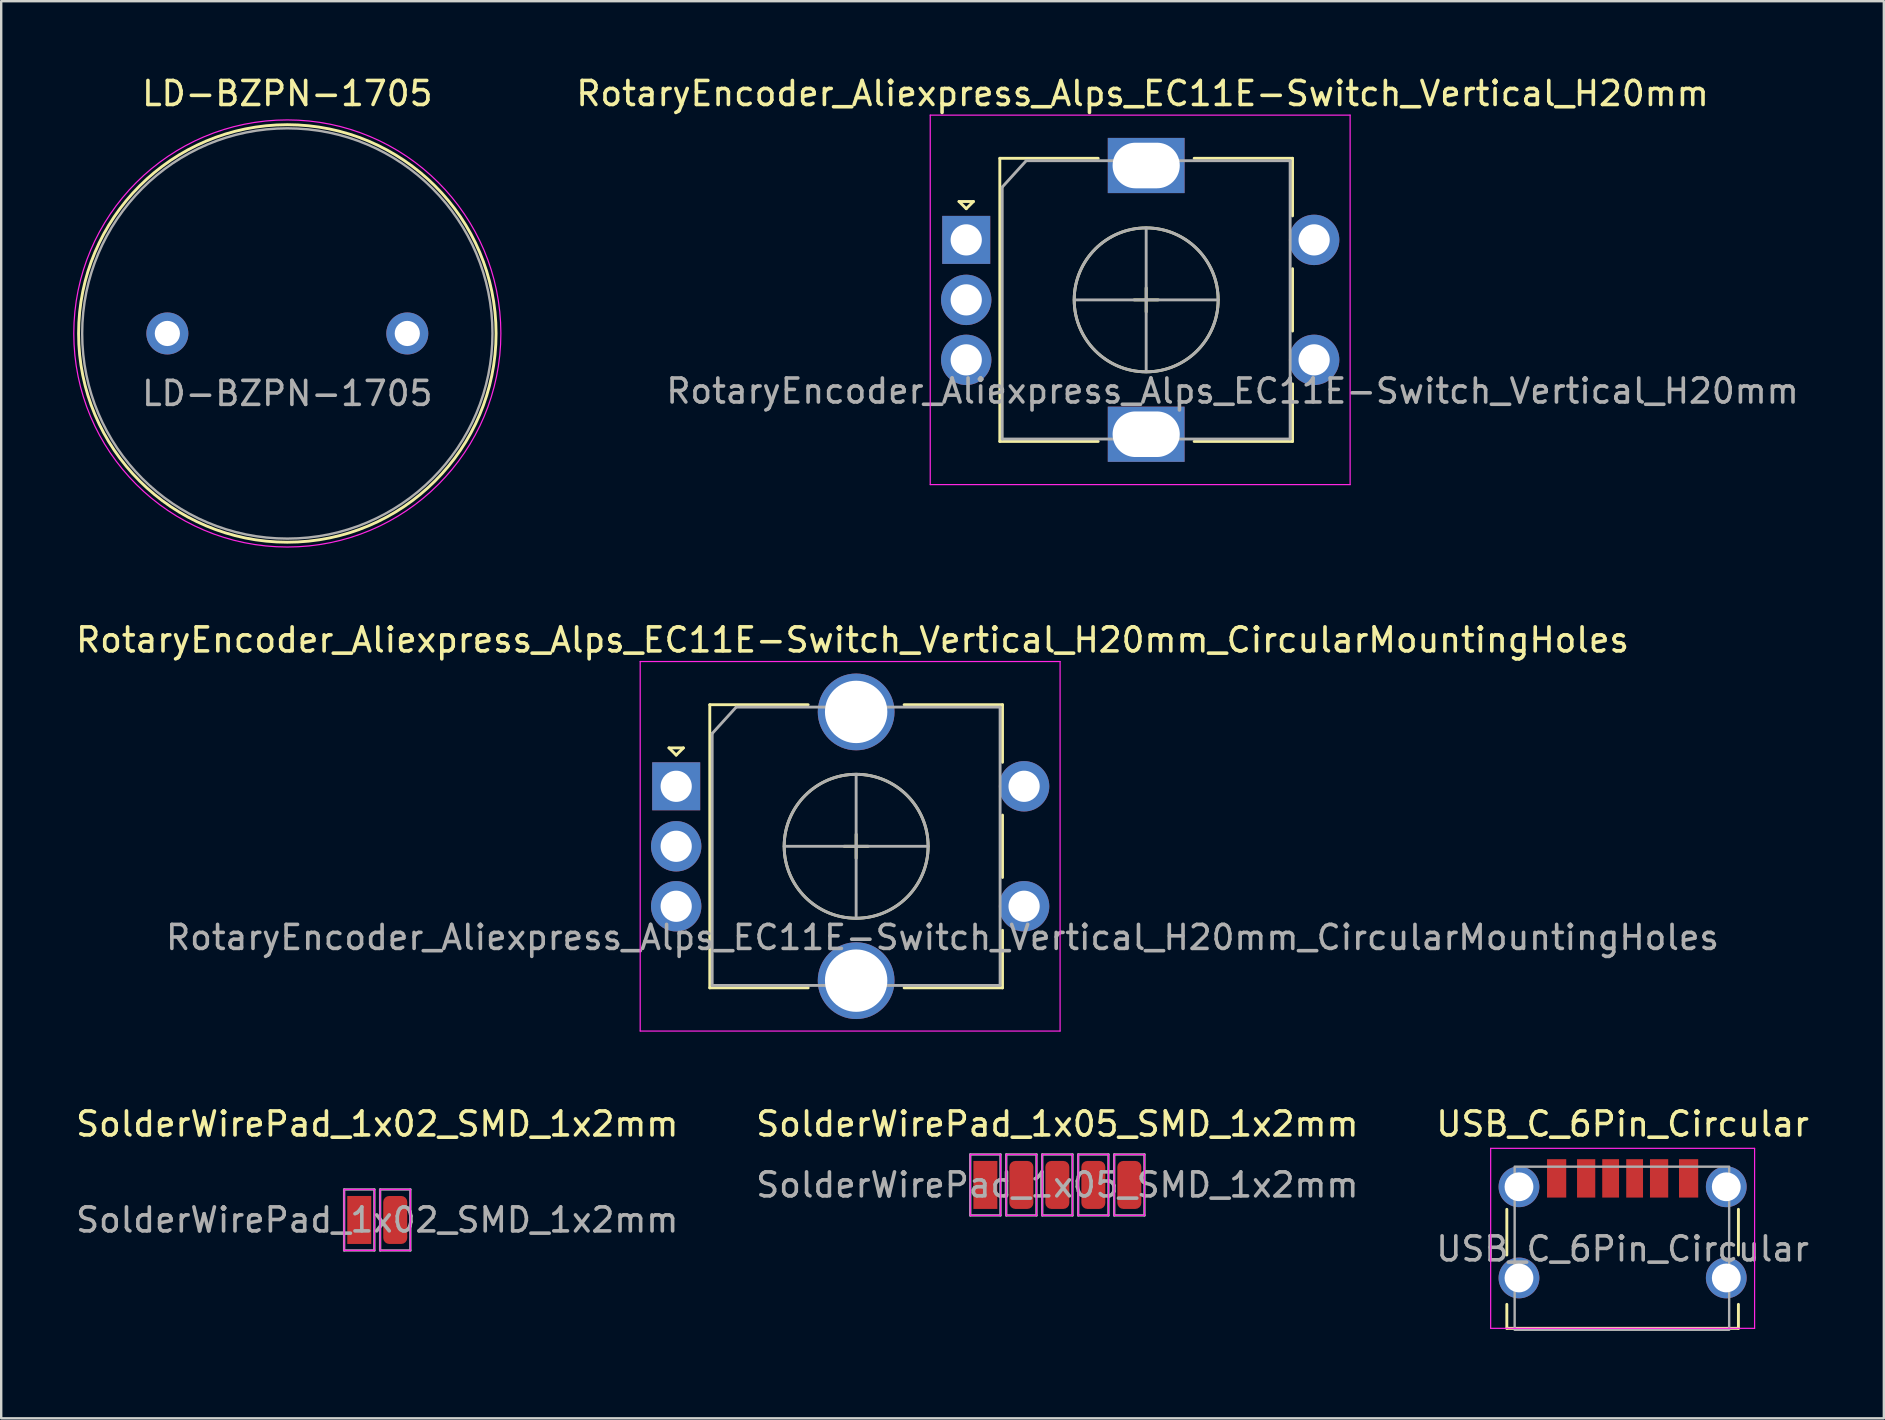
<source format=kicad_pcb>
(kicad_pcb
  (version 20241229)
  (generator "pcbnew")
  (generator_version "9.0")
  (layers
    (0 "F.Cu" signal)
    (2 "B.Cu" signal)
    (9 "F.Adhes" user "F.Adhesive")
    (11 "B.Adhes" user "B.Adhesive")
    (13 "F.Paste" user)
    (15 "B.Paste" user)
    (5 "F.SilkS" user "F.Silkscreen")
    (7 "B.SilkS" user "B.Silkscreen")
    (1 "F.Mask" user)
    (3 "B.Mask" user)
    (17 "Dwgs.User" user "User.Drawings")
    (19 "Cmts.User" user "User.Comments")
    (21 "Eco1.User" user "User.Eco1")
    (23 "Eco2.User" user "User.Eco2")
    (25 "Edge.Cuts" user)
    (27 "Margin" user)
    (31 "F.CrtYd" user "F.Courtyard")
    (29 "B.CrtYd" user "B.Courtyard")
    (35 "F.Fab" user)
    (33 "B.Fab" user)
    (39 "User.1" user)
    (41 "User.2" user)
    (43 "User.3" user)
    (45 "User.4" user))
  (footprint "LD-BZPN-1705"
    (layer "F.Cu")
    (at 8.925 10.848)
    (property "Reference" "LD-BZPN-1705" (at 0 -10 0) (unlocked yes) (layer "F.SilkS") (effects (font (size 1 1) (thickness 0.15))))
    (attr through_hole)
    (fp_circle (center 0 0) (end 8.7 0) (stroke (width 0.12) (type solid)) (fill no) (layer "F.SilkS"))
    (fp_circle (center 0 0) (end 8.9 0) (stroke (width 0.05) (type solid)) (fill no) (layer "F.CrtYd"))
    (fp_circle (center 0 0) (end 8.55 0) (stroke (width 0.1) (type solid)) (fill no) (layer "F.Fab"))
    (fp_text user "${REFERENCE}" (at 0 2.5 0) (unlocked yes) (layer "F.Fab") (effects (font (size 1 1) (thickness 0.15))))
    (pad "1" thru_hole circle (at -5 0) (size 1.75 1.75) (drill 1.05) (layers "*.Cu" "*.Mask"))
    (pad "2" thru_hole circle (at 5 0) (size 1.75 1.75) (drill 1.05) (layers "*.Cu" "*.Mask")))
  (footprint "SolderWirePad_1x05_SMD_1x2mm"
    (layer "F.Cu")
    (at 41.018 46.335)
    (property "Reference" "SolderWirePad_1x05_SMD_1x2mm" (at 0 -2.54 0) (layer "F.SilkS") (effects (font (size 1 1) (thickness 0.15))))
    (attr exclude_from_pos_files exclude_from_bom)
    (fp_line (start -3.63 -1.27) (end -3.63 1.27) (stroke (width 0.05) (type solid)) (layer "F.CrtYd"))
    (fp_line (start -3.63 1.27) (end -2.37 1.27) (stroke (width 0.05) (type solid)) (layer "F.CrtYd"))
    (fp_line (start -2.37 -1.27) (end -3.63 -1.27) (stroke (width 0.05) (type solid)) (layer "F.CrtYd"))
    (fp_line (start -2.37 1.27) (end -2.37 -1.27) (stroke (width 0.05) (type solid)) (layer "F.CrtYd"))
    (fp_line (start -2.13 -1.27) (end -2.13 1.27) (stroke (width 0.05) (type solid)) (layer "F.CrtYd"))
    (fp_line (start -2.13 1.27) (end -0.87 1.27) (stroke (width 0.05) (type solid)) (layer "F.CrtYd"))
    (fp_line (start -0.87 -1.27) (end -2.13 -1.27) (stroke (width 0.05) (type solid)) (layer "F.CrtYd"))
    (fp_line (start -0.87 1.27) (end -0.87 -1.27) (stroke (width 0.05) (type solid)) (layer "F.CrtYd"))
    (fp_line (start -0.63 -1.27) (end -0.63 1.27) (stroke (width 0.05) (type solid)) (layer "F.CrtYd"))
    (fp_line (start -0.63 1.27) (end 0.63 1.27) (stroke (width 0.05) (type solid)) (layer "F.CrtYd"))
    (fp_line (start 0.63 -1.27) (end -0.63 -1.27) (stroke (width 0.05) (type solid)) (layer "F.CrtYd"))
    (fp_line (start 0.63 1.27) (end 0.63 -1.27) (stroke (width 0.05) (type solid)) (layer "F.CrtYd"))
    (fp_line (start 0.87 -1.27) (end 0.87 1.27) (stroke (width 0.05) (type solid)) (layer "F.CrtYd"))
    (fp_line (start 0.87 1.27) (end 2.13 1.27) (stroke (width 0.05) (type solid)) (layer "F.CrtYd"))
    (fp_line (start 2.13 -1.27) (end 0.87 -1.27) (stroke (width 0.05) (type solid)) (layer "F.CrtYd"))
    (fp_line (start 2.13 1.27) (end 2.13 -1.27) (stroke (width 0.05) (type solid)) (layer "F.CrtYd"))
    (fp_line (start 2.37 -1.27) (end 2.37 1.27) (stroke (width 0.05) (type solid)) (layer "F.CrtYd"))
    (fp_line (start 2.37 1.27) (end 3.63 1.27) (stroke (width 0.05) (type solid)) (layer "F.CrtYd"))
    (fp_line (start 3.63 -1.27) (end 2.37 -1.27) (stroke (width 0.05) (type solid)) (layer "F.CrtYd"))
    (fp_line (start 3.63 1.27) (end 3.63 -1.27) (stroke (width 0.05) (type solid)) (layer "F.CrtYd"))
    (fp_line (start -3.63 -1.27) (end -2.37 -1.27) (stroke (width 0.1) (type solid)) (layer "F.Fab"))
    (fp_line (start -3.63 1.27) (end -3.63 -1.27) (stroke (width 0.1) (type solid)) (layer "F.Fab"))
    (fp_line (start -2.37 -1.27) (end -2.37 1.27) (stroke (width 0.1) (type solid)) (layer "F.Fab"))
    (fp_line (start -2.37 1.27) (end -3.63 1.27) (stroke (width 0.1) (type solid)) (layer "F.Fab"))
    (fp_line (start -2.13 -1.27) (end -0.87 -1.27) (stroke (width 0.1) (type solid)) (layer "F.Fab"))
    (fp_line (start -2.13 1.27) (end -2.13 -1.27) (stroke (width 0.1) (type solid)) (layer "F.Fab"))
    (fp_line (start -0.87 -1.27) (end -0.87 1.27) (stroke (width 0.1) (type solid)) (layer "F.Fab"))
    (fp_line (start -0.87 1.27) (end -2.13 1.27) (stroke (width 0.1) (type solid)) (layer "F.Fab"))
    (fp_line (start -0.63 -1.27) (end 0.63 -1.27) (stroke (width 0.1) (type solid)) (layer "F.Fab"))
    (fp_line (start -0.63 1.27) (end -0.63 -1.27) (stroke (width 0.1) (type solid)) (layer "F.Fab"))
    (fp_line (start 0.63 -1.27) (end 0.63 1.27) (stroke (width 0.1) (type solid)) (layer "F.Fab"))
    (fp_line (start 0.63 1.27) (end -0.63 1.27) (stroke (width 0.1) (type solid)) (layer "F.Fab"))
    (fp_line (start 0.87 -1.27) (end 2.13 -1.27) (stroke (width 0.1) (type solid)) (layer "F.Fab"))
    (fp_line (start 0.87 1.27) (end 0.87 -1.27) (stroke (width 0.1) (type solid)) (layer "F.Fab"))
    (fp_line (start 2.13 -1.27) (end 2.13 1.27) (stroke (width 0.1) (type solid)) (layer "F.Fab"))
    (fp_line (start 2.13 1.27) (end 0.87 1.27) (stroke (width 0.1) (type solid)) (layer "F.Fab"))
    (fp_line (start 2.37 -1.27) (end 3.63 -1.27) (stroke (width 0.1) (type solid)) (layer "F.Fab"))
    (fp_line (start 2.37 1.27) (end 2.37 -1.27) (stroke (width 0.1) (type solid)) (layer "F.Fab"))
    (fp_line (start 3.63 -1.27) (end 3.63 1.27) (stroke (width 0.1) (type solid)) (layer "F.Fab"))
    (fp_line (start 3.63 1.27) (end 2.37 1.27) (stroke (width 0.1) (type solid)) (layer "F.Fab"))
    (fp_text user "${REFERENCE}" (at 0 0 0) (layer "F.Fab") (effects (font (size 1 1) (thickness 0.15))))
    (pad "1" smd rect (at -3 0) (size 1 2) (layers "F.Cu" "F.Mask" "F.Paste"))
    (pad "2" smd roundrect (at -1.5 0) (size 1 2) (layers "F.Cu" "F.Mask" "F.Paste") (roundrect_rratio 0.25))
    (pad "3" smd roundrect (at 0 0) (size 1 2) (layers "F.Cu" "F.Mask" "F.Paste") (roundrect_rratio 0.25))
    (pad "4" smd roundrect (at 1.5 0) (size 1 2) (layers "F.Cu" "F.Mask" "F.Paste") (roundrect_rratio 0.25))
    (pad "5" smd roundrect (at 3 0) (size 1 2) (layers "F.Cu" "F.Mask" "F.Paste") (roundrect_rratio 0.25)))
  (footprint "RotaryEncoder_Aliexpress_Alps_EC11E-Switch_Vertical_H20mm"
    (layer "F.Cu")
    (at 37.22 6.948)
    (property "Reference" "RotaryEncoder_Aliexpress_Alps_EC11E-Switch_Vertical_H20mm" (at 7.35 -6.1 0) (layer "F.SilkS") (effects (font (size 1 1) (thickness 0.15))))
    (attr through_hole)
    (fp_line (start -0.3 -1.6) (end 0.3 -1.6) (stroke (width 0.12) (type solid)) (layer "F.SilkS"))
    (fp_line (start 0 -1.3) (end -0.3 -1.6) (stroke (width 0.12) (type solid)) (layer "F.SilkS"))
    (fp_line (start 0.3 -1.6) (end 0 -1.3) (stroke (width 0.12) (type solid)) (layer "F.SilkS"))
    (fp_line (start 1.4 -3.4) (end 1.4 8.4) (stroke (width 0.12) (type solid)) (layer "F.SilkS"))
    (fp_line (start 5.5 -3.4) (end 1.4 -3.4) (stroke (width 0.12) (type solid)) (layer "F.SilkS"))
    (fp_line (start 5.5 8.4) (end 1.4 8.4) (stroke (width 0.12) (type solid)) (layer "F.SilkS"))
    (fp_line (start 7 2.5) (end 8 2.5) (stroke (width 0.12) (type solid)) (layer "F.SilkS"))
    (fp_line (start 7.5 2) (end 7.5 3) (stroke (width 0.12) (type solid)) (layer "F.SilkS"))
    (fp_line (start 9.5 -3.4) (end 13.6 -3.4) (stroke (width 0.12) (type solid)) (layer "F.SilkS"))
    (fp_line (start 13.6 -3.4) (end 13.6 -1) (stroke (width 0.12) (type solid)) (layer "F.SilkS"))
    (fp_line (start 13.6 1.2) (end 13.6 3.8) (stroke (width 0.12) (type solid)) (layer "F.SilkS"))
    (fp_line (start 13.6 6) (end 13.6 8.4) (stroke (width 0.12) (type solid)) (layer "F.SilkS"))
    (fp_line (start 13.6 8.4) (end 9.5 8.4) (stroke (width 0.12) (type solid)) (layer "F.SilkS"))
    (fp_circle (center 7.5 2.5) (end 10.5 2.5) (stroke (width 0.12) (type solid)) (fill no) (layer "F.SilkS"))
    (fp_line (start -1.5 -5.2) (end -1.5 10.2) (stroke (width 0.05) (type solid)) (layer "F.CrtYd"))
    (fp_line (start -1.5 -5.2) (end 16 -5.2) (stroke (width 0.05) (type solid)) (layer "F.CrtYd"))
    (fp_line (start 16 10.2) (end -1.5 10.2) (stroke (width 0.05) (type solid)) (layer "F.CrtYd"))
    (fp_line (start 16 10.2) (end 16 -5.2) (stroke (width 0.05) (type solid)) (layer "F.CrtYd"))
    (fp_line (start 1.5 -2.2) (end 2.5 -3.3) (stroke (width 0.12) (type solid)) (layer "F.Fab"))
    (fp_line (start 1.5 8.3) (end 1.5 -2.2) (stroke (width 0.12) (type solid)) (layer "F.Fab"))
    (fp_line (start 2.5 -3.3) (end 13.5 -3.3) (stroke (width 0.12) (type solid)) (layer "F.Fab"))
    (fp_line (start 4.5 2.5) (end 10.5 2.5) (stroke (width 0.12) (type solid)) (layer "F.Fab"))
    (fp_line (start 7.5 -0.5) (end 7.5 5.5) (stroke (width 0.12) (type solid)) (layer "F.Fab"))
    (fp_line (start 13.5 -3.3) (end 13.5 8.3) (stroke (width 0.12) (type solid)) (layer "F.Fab"))
    (fp_line (start 13.5 8.3) (end 1.5 8.3) (stroke (width 0.12) (type solid)) (layer "F.Fab"))
    (fp_circle (center 7.5 2.5) (end 10.5 2.5) (stroke (width 0.12) (type solid)) (fill no) (layer "F.Fab"))
    (fp_text user "${REFERENCE}" (at 11.1 6.3 0) (layer "F.Fab") (effects (font (size 1 1) (thickness 0.15))))
    (pad "A" thru_hole rect (at 0 0) (size 2 2) (drill 1.3) (layers "*.Cu" "*.Mask"))
    (pad "B" thru_hole circle (at 0 5) (size 2.1 2.1) (drill 1.3) (layers "*.Cu" "*.Mask"))
    (pad "C" thru_hole circle (at 0 2.5) (size 2.1 2.1) (drill 1.3) (layers "*.Cu" "*.Mask"))
    (pad "MP" thru_hole rect (at 7.5 -3.1) (size 3.2 2.3) (drill oval 2.8 1.9) (layers "*.Cu" "*.Mask"))
    (pad "MP" thru_hole rect (at 7.5 8.1) (size 3.2 2.3) (drill oval 2.8 1.9) (layers "*.Cu" "*.Mask"))
    (pad "S1" thru_hole circle (at 14.5 5) (size 2.1 2.1) (drill 1.3) (layers "*.Cu" "*.Mask"))
    (pad "S2" thru_hole circle (at 14.5 0) (size 2.1 2.1) (drill 1.3) (layers "*.Cu" "*.Mask")))
  (footprint "SolderWirePad_1x02_SMD_1x2mm"
    (layer "F.Cu")
    (at 12.673 47.795)
    (property "Reference" "SolderWirePad_1x02_SMD_1x2mm" (at 0 -4 0) (layer "F.SilkS") (effects (font (size 1 1) (thickness 0.15))))
    (attr exclude_from_pos_files exclude_from_bom)
    (fp_line (start -1.38 -1.27) (end -1.38 1.27) (stroke (width 0.05) (type solid)) (layer "F.CrtYd"))
    (fp_line (start -1.38 1.27) (end -0.12 1.27) (stroke (width 0.05) (type solid)) (layer "F.CrtYd"))
    (fp_line (start -0.12 -1.27) (end -1.38 -1.27) (stroke (width 0.05) (type solid)) (layer "F.CrtYd"))
    (fp_line (start -0.12 1.27) (end -0.12 -1.27) (stroke (width 0.05) (type solid)) (layer "F.CrtYd"))
    (fp_line (start 0.12 -1.27) (end 0.12 1.27) (stroke (width 0.05) (type solid)) (layer "F.CrtYd"))
    (fp_line (start 0.12 1.27) (end 1.38 1.27) (stroke (width 0.05) (type solid)) (layer "F.CrtYd"))
    (fp_line (start 1.38 -1.27) (end 0.12 -1.27) (stroke (width 0.05) (type solid)) (layer "F.CrtYd"))
    (fp_line (start 1.38 1.27) (end 1.38 -1.27) (stroke (width 0.05) (type solid)) (layer "F.CrtYd"))
    (fp_line (start -1.38 -1.27) (end -0.12 -1.27) (stroke (width 0.1) (type solid)) (layer "F.Fab"))
    (fp_line (start -1.38 1.27) (end -1.38 -1.27) (stroke (width 0.1) (type solid)) (layer "F.Fab"))
    (fp_line (start -0.12 -1.27) (end -0.12 1.27) (stroke (width 0.1) (type solid)) (layer "F.Fab"))
    (fp_line (start -0.12 1.27) (end -1.38 1.27) (stroke (width 0.1) (type solid)) (layer "F.Fab"))
    (fp_line (start 0.12 -1.27) (end 1.38 -1.27) (stroke (width 0.1) (type solid)) (layer "F.Fab"))
    (fp_line (start 0.12 1.27) (end 0.12 -1.27) (stroke (width 0.1) (type solid)) (layer "F.Fab"))
    (fp_line (start 1.38 -1.27) (end 1.38 1.27) (stroke (width 0.1) (type solid)) (layer "F.Fab"))
    (fp_line (start 1.38 1.27) (end 0.12 1.27) (stroke (width 0.1) (type solid)) (layer "F.Fab"))
    (fp_text user "${REFERENCE}" (at 0 0 0) (layer "F.Fab") (effects (font (size 1 1) (thickness 0.15))))
    (pad "1" smd rect (at -0.75 0) (size 1 2) (layers "F.Cu" "F.Mask" "F.Paste"))
    (pad "2" smd roundrect (at 0.75 0) (size 1 2) (layers "F.Cu" "F.Mask" "F.Paste") (roundrect_rratio 0.25)))
  (footprint "RotaryEncoder_Aliexpress_Alps_EC11E-Switch_Vertical_H20mm_CircularMountingHoles"
    (layer "F.Cu")
    (at 25.132 29.721)
    (property "Reference" "RotaryEncoder_Aliexpress_Alps_EC11E-Switch_Vertical_H20mm_CircularMountingHoles" (at 7.35 -6.1 0) (layer "F.SilkS") (effects (font (size 1 1) (thickness 0.15))))
    (attr through_hole)
    (fp_line (start -0.3 -1.6) (end 0.3 -1.6) (stroke (width 0.12) (type solid)) (layer "F.SilkS"))
    (fp_line (start 0 -1.3) (end -0.3 -1.6) (stroke (width 0.12) (type solid)) (layer "F.SilkS"))
    (fp_line (start 0.3 -1.6) (end 0 -1.3) (stroke (width 0.12) (type solid)) (layer "F.SilkS"))
    (fp_line (start 1.4 -3.4) (end 1.4 8.4) (stroke (width 0.12) (type solid)) (layer "F.SilkS"))
    (fp_line (start 5.5 -3.4) (end 1.4 -3.4) (stroke (width 0.12) (type solid)) (layer "F.SilkS"))
    (fp_line (start 5.5 8.4) (end 1.4 8.4) (stroke (width 0.12) (type solid)) (layer "F.SilkS"))
    (fp_line (start 7 2.5) (end 8 2.5) (stroke (width 0.12) (type solid)) (layer "F.SilkS"))
    (fp_line (start 7.5 2) (end 7.5 3) (stroke (width 0.12) (type solid)) (layer "F.SilkS"))
    (fp_line (start 9.5 -3.4) (end 13.6 -3.4) (stroke (width 0.12) (type solid)) (layer "F.SilkS"))
    (fp_line (start 13.6 -3.4) (end 13.6 -1) (stroke (width 0.12) (type solid)) (layer "F.SilkS"))
    (fp_line (start 13.6 1.2) (end 13.6 3.8) (stroke (width 0.12) (type solid)) (layer "F.SilkS"))
    (fp_line (start 13.6 6) (end 13.6 8.4) (stroke (width 0.12) (type solid)) (layer "F.SilkS"))
    (fp_line (start 13.6 8.4) (end 9.5 8.4) (stroke (width 0.12) (type solid)) (layer "F.SilkS"))
    (fp_circle (center 7.5 2.5) (end 10.5 2.5) (stroke (width 0.12) (type solid)) (fill no) (layer "F.SilkS"))
    (fp_line (start -1.5 -5.2) (end -1.5 10.2) (stroke (width 0.05) (type solid)) (layer "F.CrtYd"))
    (fp_line (start -1.5 -5.2) (end 16 -5.2) (stroke (width 0.05) (type solid)) (layer "F.CrtYd"))
    (fp_line (start 16 10.2) (end -1.5 10.2) (stroke (width 0.05) (type solid)) (layer "F.CrtYd"))
    (fp_line (start 16 10.2) (end 16 -5.2) (stroke (width 0.05) (type solid)) (layer "F.CrtYd"))
    (fp_line (start 1.5 -2.2) (end 2.5 -3.3) (stroke (width 0.12) (type solid)) (layer "F.Fab"))
    (fp_line (start 1.5 8.3) (end 1.5 -2.2) (stroke (width 0.12) (type solid)) (layer "F.Fab"))
    (fp_line (start 2.5 -3.3) (end 13.5 -3.3) (stroke (width 0.12) (type solid)) (layer "F.Fab"))
    (fp_line (start 4.5 2.5) (end 10.5 2.5) (stroke (width 0.12) (type solid)) (layer "F.Fab"))
    (fp_line (start 7.5 -0.5) (end 7.5 5.5) (stroke (width 0.12) (type solid)) (layer "F.Fab"))
    (fp_line (start 13.5 -3.3) (end 13.5 8.3) (stroke (width 0.12) (type solid)) (layer "F.Fab"))
    (fp_line (start 13.5 8.3) (end 1.5 8.3) (stroke (width 0.12) (type solid)) (layer "F.Fab"))
    (fp_circle (center 7.5 2.5) (end 10.5 2.5) (stroke (width 0.12) (type solid)) (fill no) (layer "F.Fab"))
    (fp_text user "${REFERENCE}" (at 11.1 6.3 0) (layer "F.Fab") (effects (font (size 1 1) (thickness 0.15))))
    (pad "A" thru_hole rect (at 0 0) (size 2 2) (drill 1.3) (layers "*.Cu" "*.Mask"))
    (pad "B" thru_hole circle (at 0 5) (size 2.1 2.1) (drill 1.3) (layers "*.Cu" "*.Mask"))
    (pad "C" thru_hole circle (at 0 2.5) (size 2.1 2.1) (drill 1.3) (layers "*.Cu" "*.Mask"))
    (pad "MP" thru_hole circle (at 7.5 -3.1) (size 3.2 3.2) (drill 2.6) (layers "*.Cu" "*.Mask"))
    (pad "MP" thru_hole circle (at 7.5 8.1) (size 3.2 3.2) (drill 2.6) (layers "*.Cu" "*.Mask"))
    (pad "S1" thru_hole circle (at 14.5 5) (size 2.1 2.1) (drill 1.3) (layers "*.Cu" "*.Mask"))
    (pad "S2" thru_hole circle (at 14.5 0) (size 2.1 2.1) (drill 1.3) (layers "*.Cu" "*.Mask")))
  (footprint "USB_C_6Pin_Circular"
    (layer "F.Cu")
    (at 64.577 52.812)
    (property "Reference" "USB_C_6Pin_Circular" (at 0 -9.017 0) (unlocked yes) (layer "F.SilkS") (effects (font (size 1 1) (thickness 0.15))))
    (attr smd)
    (fp_line (start -4.826 -5.461) (end -4.826 -3.556) (stroke (width 0.12) (type solid)) (layer "F.SilkS"))
    (fp_line (start -4.826 -0.5) (end -4.826 -1.5) (stroke (width 0.12) (type solid)) (layer "F.SilkS"))
    (fp_line (start -4.826 -0.5) (end 4.826 -0.5) (stroke (width 0.12) (type solid)) (layer "F.SilkS"))
    (fp_line (start 4.826 -5.461) (end 4.826 -3.556) (stroke (width 0.12) (type solid)) (layer "F.SilkS"))
    (fp_line (start 4.826 -0.5) (end 4.826 -1.5) (stroke (width 0.12) (type solid)) (layer "F.SilkS"))
    (fp_line (start -5.5 -8.001) (end -5.5 -0.5) (stroke (width 0.05) (type solid)) (layer "F.CrtYd"))
    (fp_line (start -5.5 -8.001) (end 5.5 -8.001) (stroke (width 0.05) (type solid)) (layer "F.CrtYd"))
    (fp_line (start 5.5 -8.001) (end 5.5 -0.5) (stroke (width 0.05) (type solid)) (layer "F.CrtYd"))
    (fp_line (start 5.5 -0.5) (end -5.5 -0.5) (stroke (width 0.05) (type solid)) (layer "F.CrtYd"))
    (fp_rect (start -4.5 -7.239) (end 4.44 -0.439) (stroke (width 0.1) (type solid)) (fill no) (layer "F.Fab"))
    (fp_text user "${REFERENCE}" (at 0 -3.81 0) (unlocked yes) (layer "F.Fab") (effects (font (size 1 1) (thickness 0.15))))
    (pad "A5" smd rect (at -0.5 -6.75) (size 0.7 1.6) (layers "F.Cu" "F.Mask" "F.Paste"))
    (pad "A9" smd rect (at 1.52 -6.75) (size 0.76 1.6) (layers "F.Cu" "F.Mask" "F.Paste"))
    (pad "A12" smd rect (at 2.75 -6.75) (size 0.8 1.6) (layers "F.Cu" "F.Mask" "F.Paste"))
    (pad "B5" smd rect (at 0.5 -6.75) (size 0.7 1.6) (layers "F.Cu" "F.Mask" "F.Paste"))
    (pad "B9" smd rect (at -1.52 -6.75) (size 0.76 1.6) (layers "F.Cu" "F.Mask" "F.Paste"))
    (pad "B12" smd rect (at -2.75 -6.75) (size 0.8 1.6) (layers "F.Cu" "F.Mask" "F.Paste"))
    (pad "S1" thru_hole circle (at -4.32 -6.4) (size 1.7 1.7) (drill 1.2) (layers "*.Cu" "*.Mask"))
    (pad "S1" thru_hole circle (at -4.32 -2.6) (size 1.7 1.7) (drill 1.2) (layers "*.Cu" "*.Mask"))
    (pad "S1" thru_hole circle (at 4.32 -6.4) (size 1.7 1.7) (drill 1.2) (layers "*.Cu" "*.Mask"))
    (pad "S1" thru_hole circle (at 4.32 -2.6) (size 1.7 1.7) (drill 1.2) (layers "*.Cu" "*.Mask")))
  (gr_rect
    (start -3 -3)
    (end 75.464 56.062)
    (stroke (width 0.1) (type default))
    (fill no)
    (layer "Edge.Cuts")))
</source>
